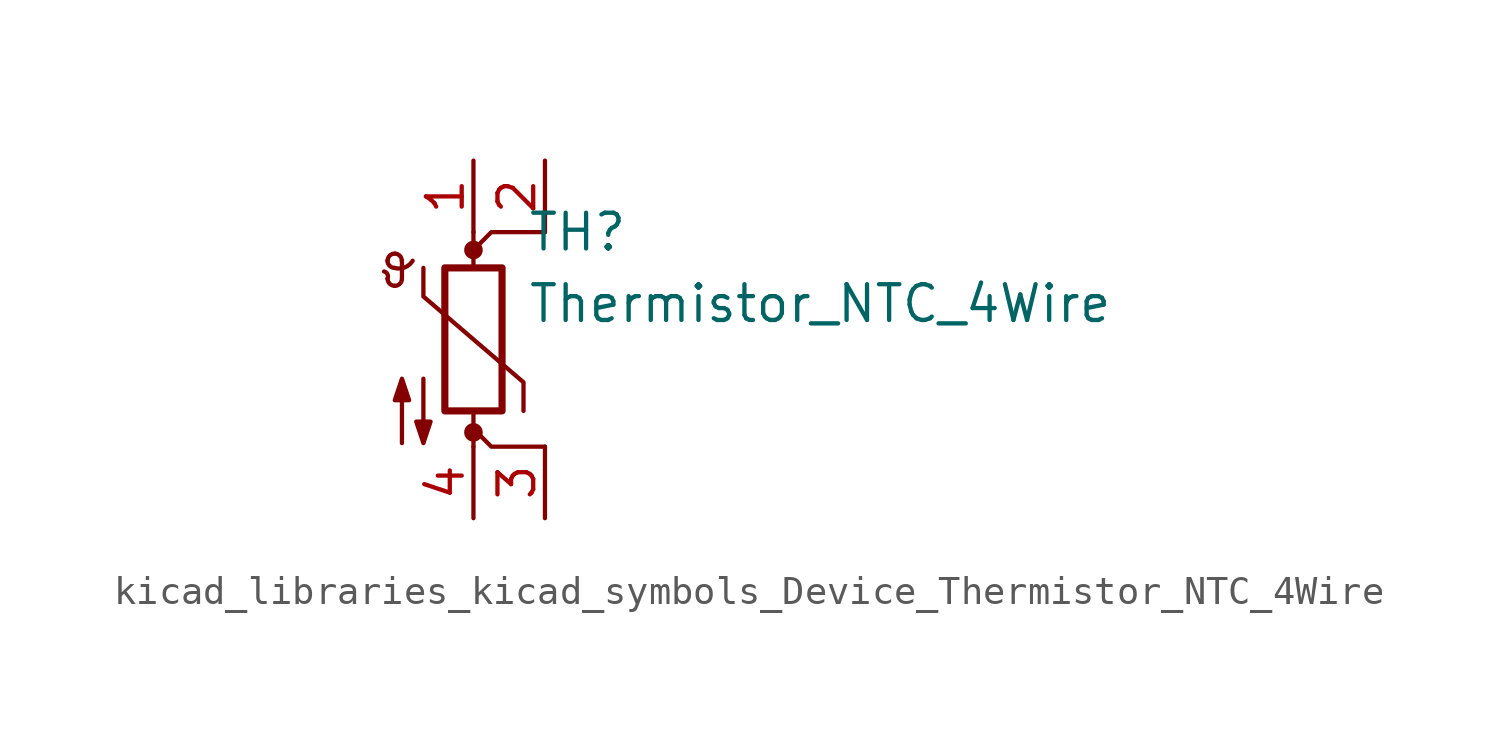
<source format=kicad_sym>
(kicad_symbol_lib
  (version 20220914)
  (generator kicad_symbol_editor)
  (symbol "kicad_libraries_kicad_symbols_Device_Thermistor_NTC_4Wire"
    (pin_names
      (offset 0))
    (property "Reference" "TH"
      (at 1.905 3.81 0)
      (effects (font (size 1.27 1.27)) (justify left)))
    (property "Value" "Thermistor_NTC_4Wire"
      (at 1.905 1.27 0)
      (effects (font (size 1.27 1.27)) (justify left)))
    (symbol "kicad_libraries_kicad_symbols_Device_Thermistor_NTC_4Wire_0_1"
      (arc (start -3.048 2.159) (mid -3.0495 2.3143) (end -3.175 2.413) (stroke (width 0) (type default)) (fill (type none)))
      (arc (start -3.048 2.159) (mid -2.9736 1.9794) (end -2.794 1.905) (stroke (width 0) (type default)) (fill (type none)))
      (arc (start -3.048 2.794) (mid -2.9736 2.6144) (end -2.794 2.54) (stroke (width 0) (type default)) (fill (type none)))
      (arc (start -2.794 1.905) (mid -2.6144 1.9794) (end -2.54 2.159) (stroke (width 0) (type default)) (fill (type none)))
      (arc (start -2.794 2.54) (mid -2.4393 2.5587) (end -2.159 2.794) (stroke (width 0) (type default)) (fill (type none)))
      (arc (start -2.794 3.048) (mid -2.9736 2.9736) (end -3.048 2.794) (stroke (width 0) (type default)) (fill (type none)))
      (arc (start -2.54 2.794) (mid -2.6144 2.9736) (end -2.794 3.048) (stroke (width 0) (type default)) (fill (type none)))
      (rectangle (start -1.016 2.54) (end 1.016 -2.54) (stroke (width 0.254) (type default)) (fill (type none)))
      (circle (center 0 -3.302) (radius 0.254) (stroke (width 0) (type default)) (fill (type outline)))
      (polyline (pts (xy -2.54 2.159) (xy -2.54 2.794)) (stroke (width 0) (type default)) (fill (type none)))
      (polyline (pts (xy 0 -3.81) (xy 0 -2.54)) (stroke (width 0) (type default)) (fill (type none)))
      (polyline (pts (xy 0 3.175) (xy 0 3.175)) (stroke (width 0) (type default)) (fill (type none)))
      (polyline (pts (xy 0 3.81) (xy 0 2.54)) (stroke (width 0) (type default)) (fill (type none)))
      (polyline (pts (xy 2.54 -3.81) (xy 0.635 -3.81) (xy 0 -3.175)) (stroke (width 0) (type default)) (fill (type none)))
      (polyline (pts (xy 2.54 3.81) (xy 0.635 3.81) (xy 0 3.175)) (stroke (width 0) (type default)) (fill (type none)))
      (polyline (pts (xy -1.778 2.54) (xy -1.778 1.524) (xy 1.778 -1.524) (xy 1.778 -2.54)) (stroke (width 0) (type default)) (fill (type none)))
      (polyline (pts (xy -2.54 -3.683) (xy -2.54 -1.397) (xy -2.794 -2.159) (xy -2.286 -2.159) (xy -2.54 -1.397) (xy -2.54 -1.651)) (stroke (width 0) (type default)) (fill (type outline)))
      (polyline (pts (xy -1.778 -1.397) (xy -1.778 -3.683) (xy -2.032 -2.921) (xy -1.524 -2.921) (xy -1.778 -3.683) (xy -1.778 -3.429)) (stroke (width 0) (type default)) (fill (type outline)))
      (circle (center 0 3.175) (radius 0.254) (stroke (width 0) (type default)) (fill (type outline))))
    (symbol "kicad_libraries_kicad_symbols_Device_Thermistor_NTC_4Wire_1_1"
      (pin passive line (at 0 6.35 270) (length 2.54) (name "~" (effects (font (size 1.27 1.27)))) (number "1" (effects (font (size 1.27 1.27)))))
      (pin passive line (at 2.54 6.35 270) (length 2.54) (name "~" (effects (font (size 1.27 1.27)))) (number "2" (effects (font (size 1.27 1.27)))))
      (pin passive line (at 2.54 -6.35 90) (length 2.54) (name "~" (effects (font (size 1.27 1.27)))) (number "3" (effects (font (size 1.27 1.27)))))
      (pin passive line (at 0 -6.35 90) (length 2.54) (name "~" (effects (font (size 1.27 1.27)))) (number "4" (effects (font (size 1.27 1.27))))))))
</source>
